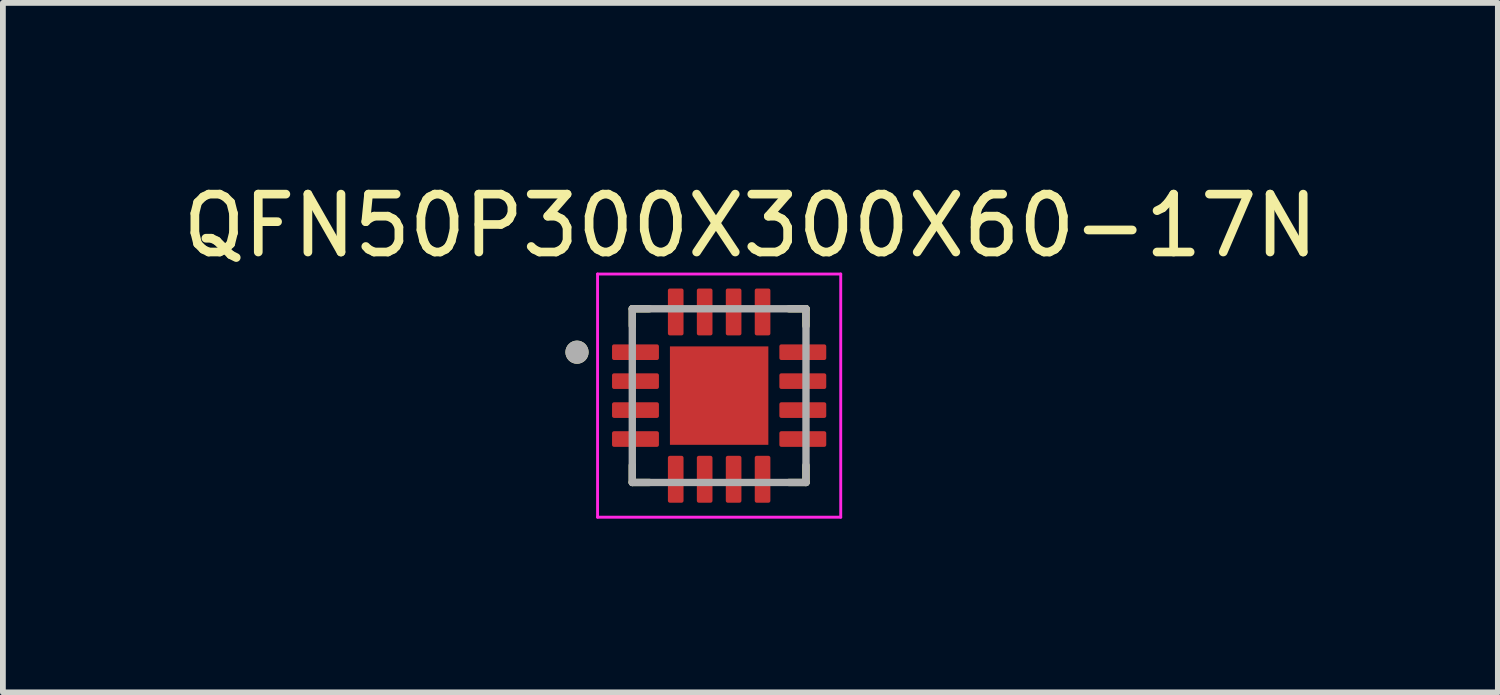
<source format=kicad_pcb>
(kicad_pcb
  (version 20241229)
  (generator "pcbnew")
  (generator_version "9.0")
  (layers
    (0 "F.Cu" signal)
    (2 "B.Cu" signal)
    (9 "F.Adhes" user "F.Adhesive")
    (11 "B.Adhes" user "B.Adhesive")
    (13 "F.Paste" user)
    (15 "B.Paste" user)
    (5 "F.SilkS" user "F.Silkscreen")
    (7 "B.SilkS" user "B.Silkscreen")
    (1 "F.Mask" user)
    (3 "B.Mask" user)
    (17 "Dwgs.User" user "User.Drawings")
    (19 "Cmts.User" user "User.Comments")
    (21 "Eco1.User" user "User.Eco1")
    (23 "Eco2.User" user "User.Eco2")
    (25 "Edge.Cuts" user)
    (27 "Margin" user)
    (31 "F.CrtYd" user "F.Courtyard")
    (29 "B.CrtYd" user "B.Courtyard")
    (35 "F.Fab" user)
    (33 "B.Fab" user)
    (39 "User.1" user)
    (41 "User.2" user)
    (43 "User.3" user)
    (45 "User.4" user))
  (footprint "QFN50P300X300X60-17N"
    (layer "F.Cu")
    (at 9.371 3.783)
    (property "Reference" "QFN50P300X300X60-17N" (at 0.54 -2.935 0) (layer "F.SilkS") (effects (font (size 1 1) (thickness 0.15))))
    (attr smd)
    (fp_line (start -1.5 -1.5) (end -1.5 -1.205) (stroke (width 0.127) (type solid)) (layer "F.SilkS"))
    (fp_line (start -1.5 -1.5) (end -1.205 -1.5) (stroke (width 0.127) (type solid)) (layer "F.SilkS"))
    (fp_line (start -1.5 1.5) (end -1.5 1.205) (stroke (width 0.127) (type solid)) (layer "F.SilkS"))
    (fp_line (start -1.5 1.5) (end -1.205 1.5) (stroke (width 0.127) (type solid)) (layer "F.SilkS"))
    (fp_line (start 1.5 -1.5) (end 1.205 -1.5) (stroke (width 0.127) (type solid)) (layer "F.SilkS"))
    (fp_line (start 1.5 -1.5) (end 1.5 -1.205) (stroke (width 0.127) (type solid)) (layer "F.SilkS"))
    (fp_line (start 1.5 1.5) (end 1.205 1.5) (stroke (width 0.127) (type solid)) (layer "F.SilkS"))
    (fp_line (start 1.5 1.5) (end 1.5 1.205) (stroke (width 0.127) (type solid)) (layer "F.SilkS"))
    (fp_circle (center -2.455 -0.75) (end -2.355 -0.75) (stroke (width 0.2) (type solid)) (fill no) (layer "F.SilkS"))
    (fp_poly (pts (xy -0.54 -0.54) (xy 0.54 -0.54) (xy 0.54 0.54) (xy -0.54 0.54)) (stroke (width 0.01) (type solid)) (fill yes) (layer "F.Paste"))
    (fp_line (start -2.1 -2.1) (end 2.1 -2.1) (stroke (width 0.05) (type solid)) (layer "F.CrtYd"))
    (fp_line (start -2.1 2.1) (end -2.1 -2.1) (stroke (width 0.05) (type solid)) (layer "F.CrtYd"))
    (fp_line (start -2.1 2.1) (end 2.1 2.1) (stroke (width 0.05) (type solid)) (layer "F.CrtYd"))
    (fp_line (start 2.1 2.1) (end 2.1 -2.1) (stroke (width 0.05) (type solid)) (layer "F.CrtYd"))
    (fp_line (start -1.5 1.5) (end -1.5 -1.5) (stroke (width 0.127) (type solid)) (layer "F.Fab"))
    (fp_line (start 1.5 -1.5) (end -1.5 -1.5) (stroke (width 0.127) (type solid)) (layer "F.Fab"))
    (fp_line (start 1.5 1.5) (end -1.5 1.5) (stroke (width 0.127) (type solid)) (layer "F.Fab"))
    (fp_line (start 1.5 1.5) (end 1.5 -1.5) (stroke (width 0.127) (type solid)) (layer "F.Fab"))
    (fp_circle (center -2.455 -0.75) (end -2.355 -0.75) (stroke (width 0.2) (type solid)) (fill no) (layer "F.Fab"))
    (pad "1" smd roundrect (at -1.445 -0.75) (size 0.81 0.27) (layers "F.Cu" "F.Mask" "F.Paste") (roundrect_rratio 0.125))
    (pad "2" smd roundrect (at -1.445 -0.25) (size 0.81 0.27) (layers "F.Cu" "F.Mask" "F.Paste") (roundrect_rratio 0.125))
    (pad "3" smd roundrect (at -1.445 0.25) (size 0.81 0.27) (layers "F.Cu" "F.Mask" "F.Paste") (roundrect_rratio 0.125))
    (pad "4" smd roundrect (at -1.445 0.75) (size 0.81 0.27) (layers "F.Cu" "F.Mask" "F.Paste") (roundrect_rratio 0.125))
    (pad "5" smd roundrect (at -0.75 1.445) (size 0.27 0.81) (layers "F.Cu" "F.Mask" "F.Paste") (roundrect_rratio 0.125))
    (pad "6" smd roundrect (at -0.25 1.445) (size 0.27 0.81) (layers "F.Cu" "F.Mask" "F.Paste") (roundrect_rratio 0.125))
    (pad "7" smd roundrect (at 0.25 1.445) (size 0.27 0.81) (layers "F.Cu" "F.Mask" "F.Paste") (roundrect_rratio 0.125))
    (pad "8" smd roundrect (at 0.75 1.445) (size 0.27 0.81) (layers "F.Cu" "F.Mask" "F.Paste") (roundrect_rratio 0.125))
    (pad "9" smd roundrect (at 1.445 0.75) (size 0.81 0.27) (layers "F.Cu" "F.Mask" "F.Paste") (roundrect_rratio 0.125))
    (pad "10" smd roundrect (at 1.445 0.25) (size 0.81 0.27) (layers "F.Cu" "F.Mask" "F.Paste") (roundrect_rratio 0.125))
    (pad "11" smd roundrect (at 1.445 -0.25) (size 0.81 0.27) (layers "F.Cu" "F.Mask" "F.Paste") (roundrect_rratio 0.125))
    (pad "12" smd roundrect (at 1.445 -0.75) (size 0.81 0.27) (layers "F.Cu" "F.Mask" "F.Paste") (roundrect_rratio 0.125))
    (pad "13" smd roundrect (at 0.75 -1.445) (size 0.27 0.81) (layers "F.Cu" "F.Mask" "F.Paste") (roundrect_rratio 0.125))
    (pad "14" smd roundrect (at 0.25 -1.445) (size 0.27 0.81) (layers "F.Cu" "F.Mask" "F.Paste") (roundrect_rratio 0.125))
    (pad "15" smd roundrect (at -0.25 -1.445) (size 0.27 0.81) (layers "F.Cu" "F.Mask" "F.Paste") (roundrect_rratio 0.125))
    (pad "16" smd roundrect (at -0.75 -1.445) (size 0.27 0.81) (layers "F.Cu" "F.Mask" "F.Paste") (roundrect_rratio 0.125))
    (pad "17" smd rect (at 0 0) (size 1.7 1.7) (layers "F.Cu" "F.Mask")))
  (gr_rect
    (start -3 -3)
    (end 22.821 8.908)
    (stroke (width 0.1) (type default))
    (fill no)
    (layer "Edge.Cuts")))
</source>
